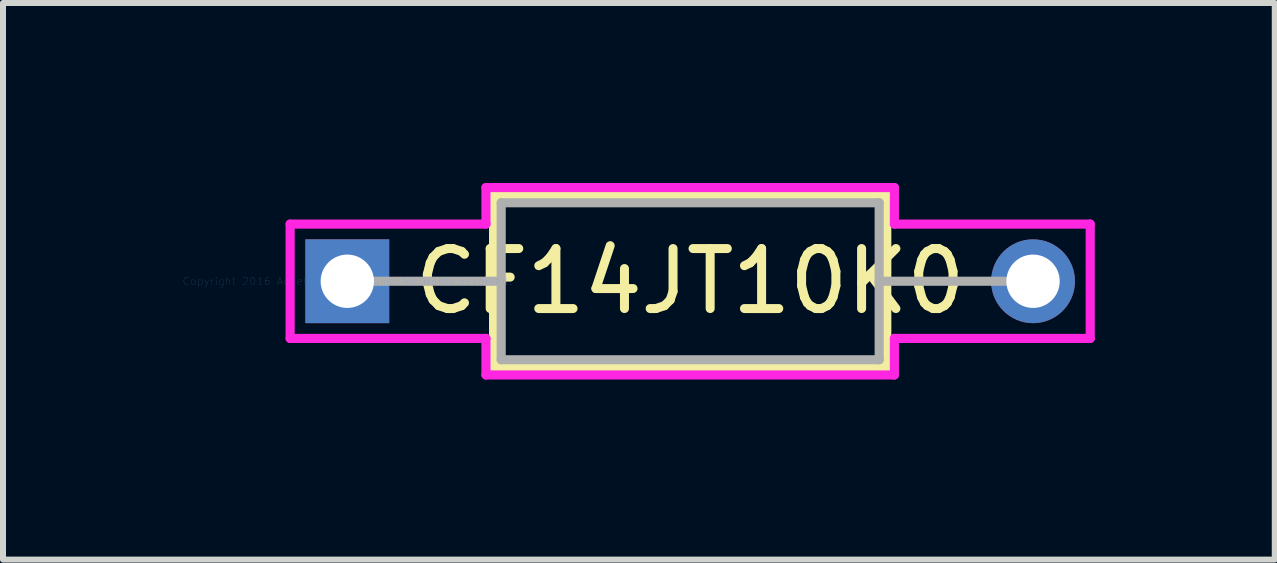
<source format=kicad_pcb>
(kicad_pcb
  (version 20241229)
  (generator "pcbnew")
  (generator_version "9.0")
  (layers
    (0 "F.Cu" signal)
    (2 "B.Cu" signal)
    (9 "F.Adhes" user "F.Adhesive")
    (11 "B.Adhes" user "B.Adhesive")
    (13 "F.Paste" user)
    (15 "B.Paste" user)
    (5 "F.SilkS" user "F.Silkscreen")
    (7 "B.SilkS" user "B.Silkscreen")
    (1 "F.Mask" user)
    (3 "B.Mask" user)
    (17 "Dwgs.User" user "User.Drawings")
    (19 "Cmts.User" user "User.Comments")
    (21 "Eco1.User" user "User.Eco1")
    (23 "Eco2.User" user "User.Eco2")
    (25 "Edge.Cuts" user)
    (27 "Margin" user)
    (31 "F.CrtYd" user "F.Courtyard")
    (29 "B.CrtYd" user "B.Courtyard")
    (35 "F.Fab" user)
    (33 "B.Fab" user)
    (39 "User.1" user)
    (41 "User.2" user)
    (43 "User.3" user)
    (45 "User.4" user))
  (footprint "CF14JT10K0"
    (layer "F.Cu")
    (at 2.739 1.638)
    (property "Reference" "CF14JT10K0" (at 5.715 0 0) (layer "F.SilkS") (effects (font (size 1 1) (thickness 0.15))))
    (attr through_hole)
    (fp_line (start 2.438 -1.435) (end 2.438 1.435) (stroke (width 0.152) (type solid)) (layer "F.SilkS"))
    (fp_line (start 2.438 1.435) (end 8.992 1.435) (stroke (width 0.152) (type solid)) (layer "F.SilkS"))
    (fp_line (start 8.992 -1.435) (end 2.438 -1.435) (stroke (width 0.152) (type solid)) (layer "F.SilkS"))
    (fp_line (start 8.992 1.435) (end 8.992 -1.435) (stroke (width 0.152) (type solid)) (layer "F.SilkS"))
    (fp_line (start -0.953 -0.953) (end 2.311 -0.953) (stroke (width 0.152) (type solid)) (layer "F.CrtYd"))
    (fp_line (start -0.953 0.953) (end -0.953 -0.953) (stroke (width 0.152) (type solid)) (layer "F.CrtYd"))
    (fp_line (start 2.311 -1.562) (end 9.119 -1.562) (stroke (width 0.152) (type solid)) (layer "F.CrtYd"))
    (fp_line (start 2.311 -0.953) (end 2.311 -1.562) (stroke (width 0.152) (type solid)) (layer "F.CrtYd"))
    (fp_line (start 2.311 0.953) (end -0.953 0.953) (stroke (width 0.152) (type solid)) (layer "F.CrtYd"))
    (fp_line (start 2.311 1.562) (end 2.311 0.953) (stroke (width 0.152) (type solid)) (layer "F.CrtYd"))
    (fp_line (start 9.119 -1.562) (end 9.119 -0.953) (stroke (width 0.152) (type solid)) (layer "F.CrtYd"))
    (fp_line (start 9.119 -0.953) (end 12.383 -0.953) (stroke (width 0.152) (type solid)) (layer "F.CrtYd"))
    (fp_line (start 9.119 0.953) (end 9.119 1.562) (stroke (width 0.152) (type solid)) (layer "F.CrtYd"))
    (fp_line (start 9.119 1.562) (end 2.311 1.562) (stroke (width 0.152) (type solid)) (layer "F.CrtYd"))
    (fp_line (start 12.383 -0.953) (end 12.383 0.953) (stroke (width 0.152) (type solid)) (layer "F.CrtYd"))
    (fp_line (start 12.383 0.953) (end 9.119 0.953) (stroke (width 0.152) (type solid)) (layer "F.CrtYd"))
    (fp_line (start 0 0) (end 2.565 0) (stroke (width 0.152) (type solid)) (layer "F.Fab"))
    (fp_line (start 2.565 -1.308) (end 2.565 1.308) (stroke (width 0.152) (type solid)) (layer "F.Fab"))
    (fp_line (start 2.565 1.308) (end 8.865 1.308) (stroke (width 0.152) (type solid)) (layer "F.Fab"))
    (fp_line (start 8.865 -1.308) (end 2.565 -1.308) (stroke (width 0.152) (type solid)) (layer "F.Fab"))
    (fp_line (start 8.865 1.308) (end 8.865 -1.308) (stroke (width 0.152) (type solid)) (layer "F.Fab"))
    (fp_line (start 11.43 0) (end 8.865 0) (stroke (width 0.152) (type solid)) (layer "F.Fab"))
    (fp_text user "Copyright 2016 Accelerated Designs. All rights reserved." (at 0 0 0) (layer "Cmts.User") (effects (font (size 0.127 0.127) (thickness 0.002))))
    (pad "1" thru_hole rect (at 0 0) (size 1.397 1.397) (drill 0.889) (layers "*.Cu" "*.Mask"))
    (pad "2" thru_hole circle (at 11.43 0) (size 1.397 1.397) (drill 0.889) (layers "*.Cu" "*.Mask")))
  (gr_rect
    (start -3 -3)
    (end 18.198 6.277)
    (stroke (width 0.1) (type default))
    (fill no)
    (layer "Edge.Cuts")))
</source>
